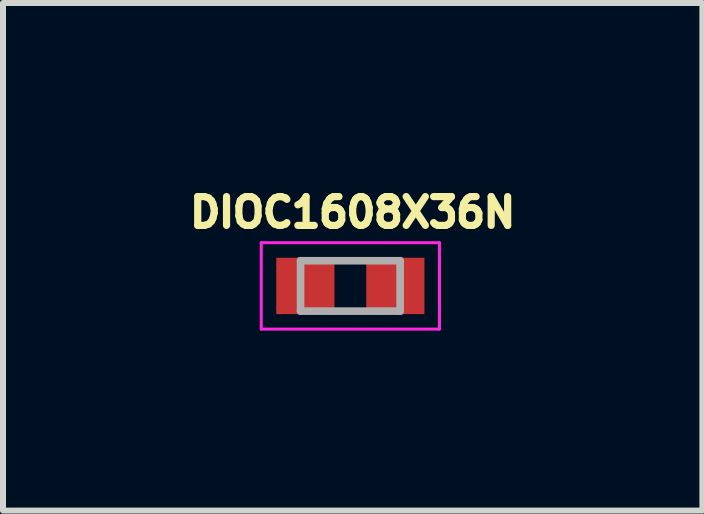
<source format=kicad_pcb>
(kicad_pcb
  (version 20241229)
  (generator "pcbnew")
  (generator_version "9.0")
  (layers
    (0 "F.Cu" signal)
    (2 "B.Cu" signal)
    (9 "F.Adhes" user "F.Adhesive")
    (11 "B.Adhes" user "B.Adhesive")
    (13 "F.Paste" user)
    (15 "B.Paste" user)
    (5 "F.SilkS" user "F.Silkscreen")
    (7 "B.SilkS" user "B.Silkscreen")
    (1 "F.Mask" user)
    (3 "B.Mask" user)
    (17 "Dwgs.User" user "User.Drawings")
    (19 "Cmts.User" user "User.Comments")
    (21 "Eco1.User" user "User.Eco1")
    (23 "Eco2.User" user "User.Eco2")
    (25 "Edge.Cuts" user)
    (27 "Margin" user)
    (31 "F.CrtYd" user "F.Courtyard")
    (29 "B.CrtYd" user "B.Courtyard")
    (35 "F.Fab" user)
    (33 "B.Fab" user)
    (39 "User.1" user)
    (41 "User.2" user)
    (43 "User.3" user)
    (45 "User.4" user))
  (footprint "DIOC1608X36N"
    (layer "F.Cu")
    (at 2.79 1.716)
    (property "Reference" "DIOC1608X36N" (at 0.039 -1.225 0) (layer "F.SilkS") (effects (font (size 0.48 0.48) (thickness 0.15))))
    (attr smd)
    (fp_line (start -1.485 -0.72) (end -1.485 0.72) (stroke (width 0.05) (type solid)) (layer "F.CrtYd"))
    (fp_line (start -1.485 0.72) (end 1.485 0.72) (stroke (width 0.05) (type solid)) (layer "F.CrtYd"))
    (fp_line (start 1.485 -0.72) (end -1.485 -0.72) (stroke (width 0.05) (type solid)) (layer "F.CrtYd"))
    (fp_line (start 1.485 0.72) (end 1.485 -0.72) (stroke (width 0.05) (type solid)) (layer "F.CrtYd"))
    (fp_line (start -0.83 -0.42) (end 0.83 -0.42) (stroke (width 0.127) (type solid)) (layer "F.Fab"))
    (fp_line (start -0.83 0.42) (end -0.83 -0.42) (stroke (width 0.127) (type solid)) (layer "F.Fab"))
    (fp_line (start 0.83 -0.42) (end 0.83 0.42) (stroke (width 0.127) (type solid)) (layer "F.Fab"))
    (fp_line (start 0.83 0.42) (end -0.83 0.42) (stroke (width 0.127) (type solid)) (layer "F.Fab"))
    (pad "1" smd rect (at -0.75 0) (size 0.97 0.94) (layers "F.Cu" "F.Mask" "F.Paste"))
    (pad "2" smd rect (at 0.75 0) (size 0.97 0.94) (layers "F.Cu" "F.Mask" "F.Paste")))
  (gr_rect
    (start -3 -3)
    (end 8.658 5.461)
    (stroke (width 0.1) (type default))
    (fill no)
    (layer "Edge.Cuts")))
</source>
